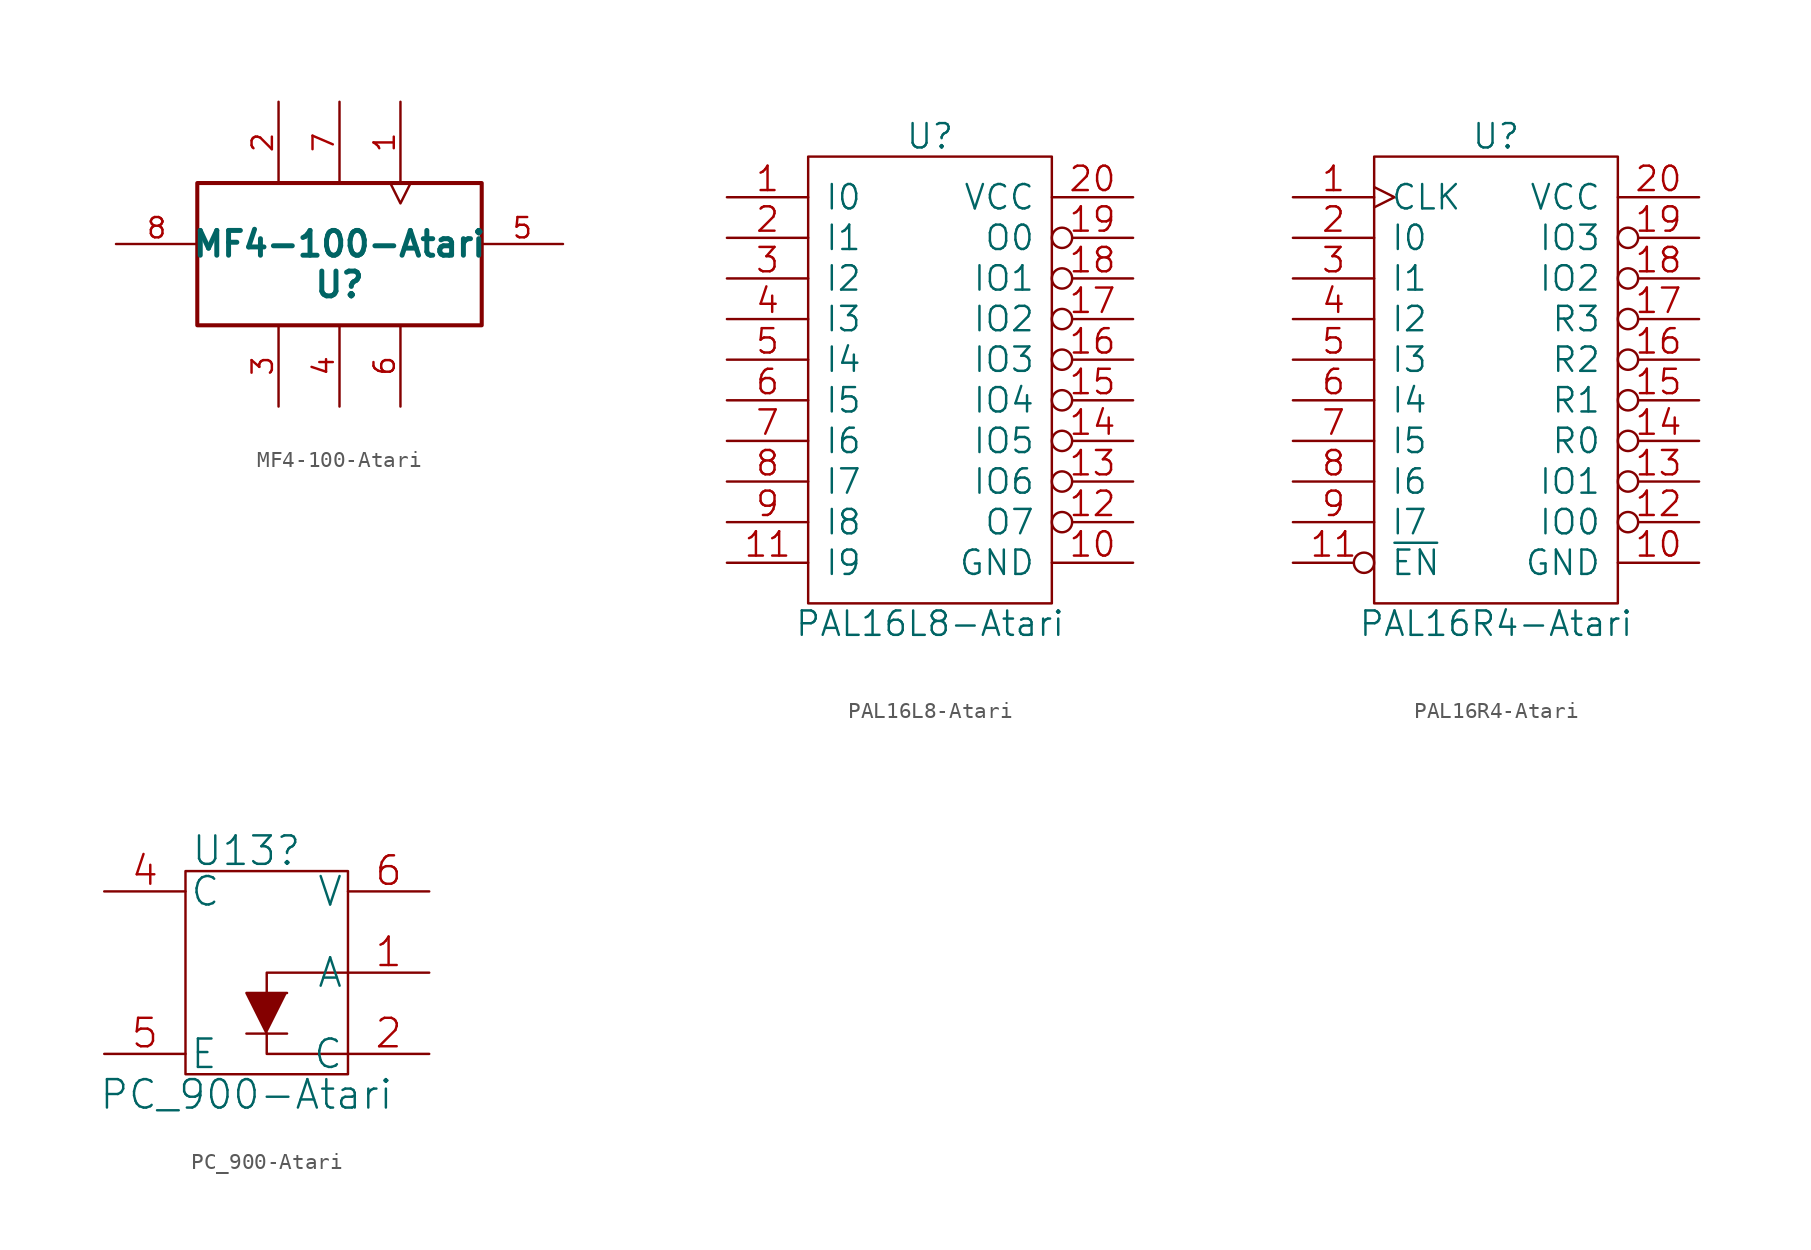
<source format=kicad_sym>
(kicad_symbol_lib
  (version 20231120)
  (generator "kicad_symbol_editor")
  (generator_version "8.0")
  (symbol "MF4-100-Atari"
    (pin_names
      (offset 1.016))
    (property "Reference" "U"
      (at 0 -2.54 0)
      (effects (font (size 1.549 1.549) (bold yes))))
    (property "Value" "MF4-100-Atari"
      (at 0 0 0)
      (effects (font (size 1.549 1.549) (bold yes))))
    (symbol "MF4-100-Atari_0_1"
      (rectangle (start -8.89 3.81) (end 8.89 -5.08) (stroke (width 0.254) (type solid)) (fill (type none))))
    (symbol "MF4-100-Atari_1_1"
      (pin input clock (at 3.81 8.89 270) (length 5.08) (name "~" (effects (font (size 1.27 1.27)))) (number "1" (effects (font (size 1.27 1.27)))))
      (pin bidirectional line (at -3.81 8.89 270) (length 5.08) (name "~" (effects (font (size 1.27 1.27)))) (number "2" (effects (font (size 1.27 1.27)))))
      (pin bidirectional line (at -3.81 -10.16 90) (length 5.08) (name "~" (effects (font (size 1.27 1.27)))) (number "3" (effects (font (size 1.27 1.27)))))
      (pin power_in line (at 0 -10.16 90) (length 5.08) (name "~" (effects (font (size 1.27 1.27)))) (number "4" (effects (font (size 1.27 1.27)))))
      (pin output line (at 13.97 0 180) (length 5.08) (name "~" (effects (font (size 1.27 1.27)))) (number "5" (effects (font (size 1.27 1.27)))))
      (pin bidirectional line (at 3.81 -10.16 90) (length 5.08) (name "~" (effects (font (size 1.27 1.27)))) (number "6" (effects (font (size 1.27 1.27)))))
      (pin power_in line (at 0 8.89 270) (length 5.08) (name "~" (effects (font (size 1.27 1.27)))) (number "7" (effects (font (size 1.27 1.27)))))
      (pin input line (at -13.97 0 0) (length 5.08) (name "~" (effects (font (size 1.27 1.27)))) (number "8" (effects (font (size 1.27 1.27)))))))
  (symbol "PAL16L8-Atari"
    (pin_names
      (offset 1.016))
    (property "Reference" "U"
      (at 0 15.24 0)
      (effects (font (size 1.524 1.524))))
    (property "Value" "PAL16L8-Atari"
      (at 0 -15.24 0)
      (effects (font (size 1.524 1.524))))
    (property "Footprint" ""
      (at -1.27 0 0)
      (effects (font (size 1.524 1.524))))
    (property "Datasheet" ""
      (at -1.27 0 0)
      (effects (font (size 1.524 1.524))))
    (symbol "PAL16L8-Atari_0_0"
      (pin power_in line (at 12.7 -11.43 180) (length 5.08) (name "GND" (effects (font (size 1.524 1.524)))) (number "10" (effects (font (size 1.524 1.524)))))
      (pin power_in line (at 12.7 11.43 180) (length 5.08) (name "VCC" (effects (font (size 1.524 1.524)))) (number "20" (effects (font (size 1.524 1.524))))))
    (symbol "PAL16L8-Atari_0_1"
      (rectangle (start -7.62 13.97) (end 7.62 -13.97) (stroke (width 0) (type solid)) (fill (type none))))
    (symbol "PAL16L8-Atari_1_1"
      (pin input line (at -12.7 11.43 0) (length 5.08) (name "I0" (effects (font (size 1.524 1.524)))) (number "1" (effects (font (size 1.524 1.524)))))
      (pin input line (at -12.7 -11.43 0) (length 5.08) (name "I9" (effects (font (size 1.524 1.524)))) (number "11" (effects (font (size 1.524 1.524)))))
      (pin tri_state inverted (at 12.7 -8.89 180) (length 5.08) (name "O7" (effects (font (size 1.524 1.524)))) (number "12" (effects (font (size 1.524 1.524)))))
      (pin tri_state inverted (at 12.7 -6.35 180) (length 5.08) (name "IO6" (effects (font (size 1.524 1.524)))) (number "13" (effects (font (size 1.524 1.524)))))
      (pin tri_state inverted (at 12.7 -3.81 180) (length 5.08) (name "IO5" (effects (font (size 1.524 1.524)))) (number "14" (effects (font (size 1.524 1.524)))))
      (pin tri_state inverted (at 12.7 -1.27 180) (length 5.08) (name "IO4" (effects (font (size 1.524 1.524)))) (number "15" (effects (font (size 1.524 1.524)))))
      (pin tri_state inverted (at 12.7 1.27 180) (length 5.08) (name "IO3" (effects (font (size 1.524 1.524)))) (number "16" (effects (font (size 1.524 1.524)))))
      (pin tri_state inverted (at 12.7 3.81 180) (length 5.08) (name "IO2" (effects (font (size 1.524 1.524)))) (number "17" (effects (font (size 1.524 1.524)))))
      (pin tri_state inverted (at 12.7 6.35 180) (length 5.08) (name "IO1" (effects (font (size 1.524 1.524)))) (number "18" (effects (font (size 1.524 1.524)))))
      (pin tri_state inverted (at 12.7 8.89 180) (length 5.08) (name "O0" (effects (font (size 1.524 1.524)))) (number "19" (effects (font (size 1.524 1.524)))))
      (pin input line (at -12.7 8.89 0) (length 5.08) (name "I1" (effects (font (size 1.524 1.524)))) (number "2" (effects (font (size 1.524 1.524)))))
      (pin input line (at -12.7 6.35 0) (length 5.08) (name "I2" (effects (font (size 1.524 1.524)))) (number "3" (effects (font (size 1.524 1.524)))))
      (pin input line (at -12.7 3.81 0) (length 5.08) (name "I3" (effects (font (size 1.524 1.524)))) (number "4" (effects (font (size 1.524 1.524)))))
      (pin input line (at -12.7 1.27 0) (length 5.08) (name "I4" (effects (font (size 1.524 1.524)))) (number "5" (effects (font (size 1.524 1.524)))))
      (pin input line (at -12.7 -1.27 0) (length 5.08) (name "I5" (effects (font (size 1.524 1.524)))) (number "6" (effects (font (size 1.524 1.524)))))
      (pin input line (at -12.7 -3.81 0) (length 5.08) (name "I6" (effects (font (size 1.524 1.524)))) (number "7" (effects (font (size 1.524 1.524)))))
      (pin input line (at -12.7 -6.35 0) (length 5.08) (name "I7" (effects (font (size 1.524 1.524)))) (number "8" (effects (font (size 1.524 1.524)))))
      (pin input line (at -12.7 -8.89 0) (length 5.08) (name "I8" (effects (font (size 1.524 1.524)))) (number "9" (effects (font (size 1.524 1.524)))))))
  (symbol "PAL16R4-Atari"
    (pin_names
      (offset 1.016))
    (property "Reference" "U"
      (at 0 15.24 0)
      (effects (font (size 1.524 1.524))))
    (property "Value" "PAL16R4-Atari"
      (at 0 -15.24 0)
      (effects (font (size 1.524 1.524))))
    (property "Footprint" ""
      (at -1.27 0 0)
      (effects (font (size 1.524 1.524))))
    (property "Datasheet" ""
      (at -1.27 0 0)
      (effects (font (size 1.524 1.524))))
    (symbol "PAL16R4-Atari_0_0"
      (pin power_in line (at 12.7 -11.43 180) (length 5.08) (name "GND" (effects (font (size 1.524 1.524)))) (number "10" (effects (font (size 1.524 1.524)))))
      (pin power_in line (at 12.7 11.43 180) (length 5.08) (name "VCC" (effects (font (size 1.524 1.524)))) (number "20" (effects (font (size 1.524 1.524))))))
    (symbol "PAL16R4-Atari_0_1"
      (rectangle (start -7.62 13.97) (end 7.62 -13.97) (stroke (width 0) (type solid)) (fill (type none))))
    (symbol "PAL16R4-Atari_1_1"
      (pin input clock (at -12.7 11.43 0) (length 5.08) (name "CLK" (effects (font (size 1.524 1.524)))) (number "1" (effects (font (size 1.524 1.524)))))
      (pin input inverted (at -12.7 -11.43 0) (length 5.08) (name "~{EN}" (effects (font (size 1.524 1.524)))) (number "11" (effects (font (size 1.524 1.524)))))
      (pin input inverted (at 12.7 -8.89 180) (length 5.08) (name "IO0" (effects (font (size 1.524 1.524)))) (number "12" (effects (font (size 1.524 1.524)))))
      (pin output inverted (at 12.7 -6.35 180) (length 5.08) (name "IO1" (effects (font (size 1.524 1.524)))) (number "13" (effects (font (size 1.524 1.524)))))
      (pin output inverted (at 12.7 -3.81 180) (length 5.08) (name "R0" (effects (font (size 1.524 1.524)))) (number "14" (effects (font (size 1.524 1.524)))))
      (pin output inverted (at 12.7 -1.27 180) (length 5.08) (name "R1" (effects (font (size 1.524 1.524)))) (number "15" (effects (font (size 1.524 1.524)))))
      (pin output inverted (at 12.7 1.27 180) (length 5.08) (name "R2" (effects (font (size 1.524 1.524)))) (number "16" (effects (font (size 1.524 1.524)))))
      (pin output inverted (at 12.7 3.81 180) (length 5.08) (name "R3" (effects (font (size 1.524 1.524)))) (number "17" (effects (font (size 1.524 1.524)))))
      (pin input inverted (at 12.7 6.35 180) (length 5.08) (name "IO2" (effects (font (size 1.524 1.524)))) (number "18" (effects (font (size 1.524 1.524)))))
      (pin output inverted (at 12.7 8.89 180) (length 5.08) (name "IO3" (effects (font (size 1.524 1.524)))) (number "19" (effects (font (size 1.524 1.524)))))
      (pin input line (at -12.7 8.89 0) (length 5.08) (name "I0" (effects (font (size 1.524 1.524)))) (number "2" (effects (font (size 1.524 1.524)))))
      (pin input line (at -12.7 6.35 0) (length 5.08) (name "I1" (effects (font (size 1.524 1.524)))) (number "3" (effects (font (size 1.524 1.524)))))
      (pin input line (at -12.7 3.81 0) (length 5.08) (name "I2" (effects (font (size 1.524 1.524)))) (number "4" (effects (font (size 1.524 1.524)))))
      (pin input line (at -12.7 1.27 0) (length 5.08) (name "I3" (effects (font (size 1.524 1.524)))) (number "5" (effects (font (size 1.524 1.524)))))
      (pin input line (at -12.7 -1.27 0) (length 5.08) (name "I4" (effects (font (size 1.524 1.524)))) (number "6" (effects (font (size 1.524 1.524)))))
      (pin input line (at -12.7 -3.81 0) (length 5.08) (name "I5" (effects (font (size 1.524 1.524)))) (number "7" (effects (font (size 1.524 1.524)))))
      (pin input line (at -12.7 -6.35 0) (length 5.08) (name "I6" (effects (font (size 1.524 1.524)))) (number "8" (effects (font (size 1.524 1.524)))))
      (pin input line (at -12.7 -8.89 0) (length 5.08) (name "I7" (effects (font (size 1.524 1.524)))) (number "9" (effects (font (size 1.524 1.524)))))))
  (symbol "PC_900-Atari"
    (pin_names
      (offset 0.254))
    (property "Reference" "U13"
      (at -1.27 7.62 0)
      (effects (font (size 1.778 1.778))))
    (property "Value" "PC_900-Atari"
      (at -1.27 -7.62 0)
      (effects (font (size 1.778 1.778))))
    (property "Footprint" ""
      (at 0 -1.27 0)
      (effects (font (size 1.524 1.524))))
    (property "Datasheet" ""
      (at 0 -1.27 0)
      (effects (font (size 1.524 1.524))))
    (symbol "PC_900-Atari_0_0"
      (polyline (pts (xy 1.27 -3.81) (xy -1.27 -3.81)) (stroke (width 0) (type solid)) (fill (type none))))
    (symbol "PC_900-Atari_0_1"
      (polyline (pts (xy 0 -3.81) (xy 0 -5.08) (xy 5.08 -5.08)) (stroke (width 0) (type solid)) (fill (type none)))
      (polyline (pts (xy 1.27 -1.27) (xy -1.27 -1.27) (xy 0 -3.81)) (stroke (width 0) (type solid)) (fill (type outline)))
      (polyline (pts (xy 5.08 0) (xy 0 0) (xy 0 -1.27)) (stroke (width 0) (type solid)) (fill (type none)))
      (rectangle (start 5.08 -6.35) (end -5.08 6.35) (stroke (width 0) (type solid)) (fill (type none))))
    (symbol "PC_900-Atari_1_1"
      (pin input line (at 10.16 0 180) (length 5.08) (name "A" (effects (font (size 1.778 1.778)))) (number "1" (effects (font (size 1.778 1.778)))))
      (pin input line (at 10.16 -5.08 180) (length 5.08) (name "C" (effects (font (size 1.778 1.778)))) (number "2" (effects (font (size 1.778 1.778)))))
      (pin input line (at -10.16 5.08 0) (length 5.08) (name "C" (effects (font (size 1.778 1.778)))) (number "4" (effects (font (size 1.778 1.778)))))
      (pin input line (at -10.16 -5.08 0) (length 5.08) (name "E" (effects (font (size 1.778 1.778)))) (number "5" (effects (font (size 1.778 1.778)))))
      (pin input line (at 10.16 5.08 180) (length 5.08) (name "V" (effects (font (size 1.778 1.778)))) (number "6" (effects (font (size 1.778 1.778))))))))
</source>
